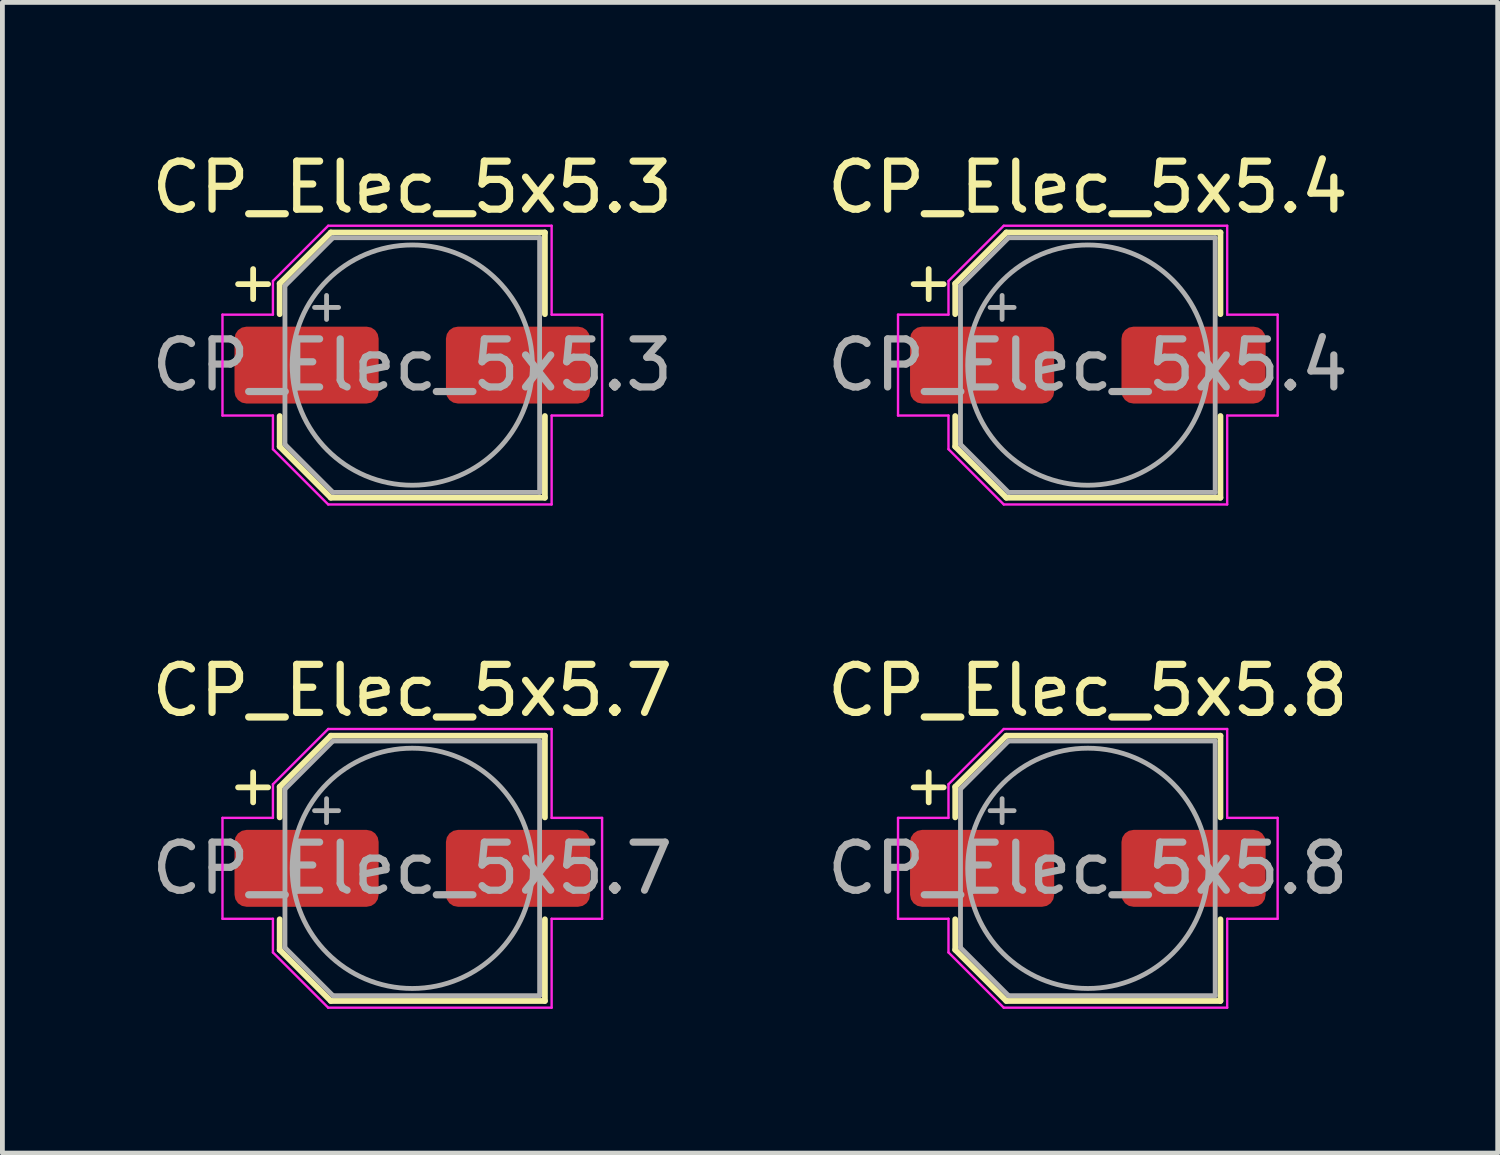
<source format=kicad_pcb>
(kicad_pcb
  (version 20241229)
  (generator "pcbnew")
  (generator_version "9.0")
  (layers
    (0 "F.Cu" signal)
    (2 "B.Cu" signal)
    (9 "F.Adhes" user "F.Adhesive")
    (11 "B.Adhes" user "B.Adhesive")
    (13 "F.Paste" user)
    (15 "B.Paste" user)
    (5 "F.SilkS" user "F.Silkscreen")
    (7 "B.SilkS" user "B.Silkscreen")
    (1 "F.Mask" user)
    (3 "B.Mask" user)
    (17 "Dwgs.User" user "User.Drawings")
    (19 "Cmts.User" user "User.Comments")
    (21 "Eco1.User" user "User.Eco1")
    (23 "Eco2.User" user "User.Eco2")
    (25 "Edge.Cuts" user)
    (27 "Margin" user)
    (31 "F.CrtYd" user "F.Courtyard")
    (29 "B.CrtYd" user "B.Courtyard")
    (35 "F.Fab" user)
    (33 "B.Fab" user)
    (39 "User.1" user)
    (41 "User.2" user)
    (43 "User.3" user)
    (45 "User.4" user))
  (footprint "CP_Elec_5x5.4"
    (layer "F.Cu")
    (at 19.589 4.548)
    (property "Reference" "CP_Elec_5x5.4" (at 0 -3.7 0) (layer "F.SilkS") (effects (font (size 1 1) (thickness 0.15))))
    (attr smd)
    (fp_line (start -3.625 -1.685) (end -3 -1.685) (stroke (width 0.12) (type solid)) (layer "F.SilkS"))
    (fp_line (start -3.312 -1.998) (end -3.312 -1.373) (stroke (width 0.12) (type solid)) (layer "F.SilkS"))
    (fp_line (start -2.76 -1.696) (end -2.76 -1.06) (stroke (width 0.12) (type solid)) (layer "F.SilkS"))
    (fp_line (start -2.76 -1.696) (end -1.696 -2.76) (stroke (width 0.12) (type solid)) (layer "F.SilkS"))
    (fp_line (start -2.76 1.696) (end -2.76 1.06) (stroke (width 0.12) (type solid)) (layer "F.SilkS"))
    (fp_line (start -2.76 1.696) (end -1.696 2.76) (stroke (width 0.12) (type solid)) (layer "F.SilkS"))
    (fp_line (start -1.696 -2.76) (end 2.76 -2.76) (stroke (width 0.12) (type solid)) (layer "F.SilkS"))
    (fp_line (start -1.696 2.76) (end 2.76 2.76) (stroke (width 0.12) (type solid)) (layer "F.SilkS"))
    (fp_line (start 2.76 -2.76) (end 2.76 -1.06) (stroke (width 0.12) (type solid)) (layer "F.SilkS"))
    (fp_line (start 2.76 2.76) (end 2.76 1.06) (stroke (width 0.12) (type solid)) (layer "F.SilkS"))
    (fp_line (start -3.95 -1.05) (end -3.95 1.05) (stroke (width 0.05) (type solid)) (layer "F.CrtYd"))
    (fp_line (start -3.95 1.05) (end -2.9 1.05) (stroke (width 0.05) (type solid)) (layer "F.CrtYd"))
    (fp_line (start -2.9 -1.75) (end -2.9 -1.05) (stroke (width 0.05) (type solid)) (layer "F.CrtYd"))
    (fp_line (start -2.9 -1.75) (end -1.75 -2.9) (stroke (width 0.05) (type solid)) (layer "F.CrtYd"))
    (fp_line (start -2.9 -1.05) (end -3.95 -1.05) (stroke (width 0.05) (type solid)) (layer "F.CrtYd"))
    (fp_line (start -2.9 1.05) (end -2.9 1.75) (stroke (width 0.05) (type solid)) (layer "F.CrtYd"))
    (fp_line (start -2.9 1.75) (end -1.75 2.9) (stroke (width 0.05) (type solid)) (layer "F.CrtYd"))
    (fp_line (start -1.75 -2.9) (end 2.9 -2.9) (stroke (width 0.05) (type solid)) (layer "F.CrtYd"))
    (fp_line (start -1.75 2.9) (end 2.9 2.9) (stroke (width 0.05) (type solid)) (layer "F.CrtYd"))
    (fp_line (start 2.9 -2.9) (end 2.9 -1.05) (stroke (width 0.05) (type solid)) (layer "F.CrtYd"))
    (fp_line (start 2.9 -1.05) (end 3.95 -1.05) (stroke (width 0.05) (type solid)) (layer "F.CrtYd"))
    (fp_line (start 2.9 1.05) (end 2.9 2.9) (stroke (width 0.05) (type solid)) (layer "F.CrtYd"))
    (fp_line (start 3.95 -1.05) (end 3.95 1.05) (stroke (width 0.05) (type solid)) (layer "F.CrtYd"))
    (fp_line (start 3.95 1.05) (end 2.9 1.05) (stroke (width 0.05) (type solid)) (layer "F.CrtYd"))
    (fp_line (start -2.65 -1.65) (end -2.65 1.65) (stroke (width 0.1) (type solid)) (layer "F.Fab"))
    (fp_line (start -2.65 -1.65) (end -1.65 -2.65) (stroke (width 0.1) (type solid)) (layer "F.Fab"))
    (fp_line (start -2.65 1.65) (end -1.65 2.65) (stroke (width 0.1) (type solid)) (layer "F.Fab"))
    (fp_line (start -2.034 -1.2) (end -1.534 -1.2) (stroke (width 0.1) (type solid)) (layer "F.Fab"))
    (fp_line (start -1.784 -1.45) (end -1.784 -0.95) (stroke (width 0.1) (type solid)) (layer "F.Fab"))
    (fp_line (start -1.65 -2.65) (end 2.65 -2.65) (stroke (width 0.1) (type solid)) (layer "F.Fab"))
    (fp_line (start -1.65 2.65) (end 2.65 2.65) (stroke (width 0.1) (type solid)) (layer "F.Fab"))
    (fp_line (start 2.65 -2.65) (end 2.65 2.65) (stroke (width 0.1) (type solid)) (layer "F.Fab"))
    (fp_circle (center 0 0) (end 2.5 0) (stroke (width 0.1) (type solid)) (fill no) (layer "F.Fab"))
    (fp_text user "${REFERENCE}" (at 0 0 0) (layer "F.Fab") (effects (font (size 1 1) (thickness 0.15))))
    (pad "1" smd roundrect (at -2.2 0) (size 3 1.6) (layers "F.Cu" "F.Mask" "F.Paste") (roundrect_rratio 0.156))
    (pad "2" smd roundrect (at 2.2 0) (size 3 1.6) (layers "F.Cu" "F.Mask" "F.Paste") (roundrect_rratio 0.156)))
  (footprint "CP_Elec_5x5.3"
    (layer "F.Cu")
    (at 5.53 4.548)
    (property "Reference" "CP_Elec_5x5.3" (at 0 -3.7 0) (layer "F.SilkS") (effects (font (size 1 1) (thickness 0.15))))
    (attr smd)
    (fp_line (start -3.625 -1.685) (end -3 -1.685) (stroke (width 0.12) (type solid)) (layer "F.SilkS"))
    (fp_line (start -3.312 -1.998) (end -3.312 -1.373) (stroke (width 0.12) (type solid)) (layer "F.SilkS"))
    (fp_line (start -2.76 -1.696) (end -2.76 -1.06) (stroke (width 0.12) (type solid)) (layer "F.SilkS"))
    (fp_line (start -2.76 -1.696) (end -1.696 -2.76) (stroke (width 0.12) (type solid)) (layer "F.SilkS"))
    (fp_line (start -2.76 1.696) (end -2.76 1.06) (stroke (width 0.12) (type solid)) (layer "F.SilkS"))
    (fp_line (start -2.76 1.696) (end -1.696 2.76) (stroke (width 0.12) (type solid)) (layer "F.SilkS"))
    (fp_line (start -1.696 -2.76) (end 2.76 -2.76) (stroke (width 0.12) (type solid)) (layer "F.SilkS"))
    (fp_line (start -1.696 2.76) (end 2.76 2.76) (stroke (width 0.12) (type solid)) (layer "F.SilkS"))
    (fp_line (start 2.76 -2.76) (end 2.76 -1.06) (stroke (width 0.12) (type solid)) (layer "F.SilkS"))
    (fp_line (start 2.76 2.76) (end 2.76 1.06) (stroke (width 0.12) (type solid)) (layer "F.SilkS"))
    (fp_line (start -3.95 -1.05) (end -3.95 1.05) (stroke (width 0.05) (type solid)) (layer "F.CrtYd"))
    (fp_line (start -3.95 1.05) (end -2.9 1.05) (stroke (width 0.05) (type solid)) (layer "F.CrtYd"))
    (fp_line (start -2.9 -1.75) (end -2.9 -1.05) (stroke (width 0.05) (type solid)) (layer "F.CrtYd"))
    (fp_line (start -2.9 -1.75) (end -1.75 -2.9) (stroke (width 0.05) (type solid)) (layer "F.CrtYd"))
    (fp_line (start -2.9 -1.05) (end -3.95 -1.05) (stroke (width 0.05) (type solid)) (layer "F.CrtYd"))
    (fp_line (start -2.9 1.05) (end -2.9 1.75) (stroke (width 0.05) (type solid)) (layer "F.CrtYd"))
    (fp_line (start -2.9 1.75) (end -1.75 2.9) (stroke (width 0.05) (type solid)) (layer "F.CrtYd"))
    (fp_line (start -1.75 -2.9) (end 2.9 -2.9) (stroke (width 0.05) (type solid)) (layer "F.CrtYd"))
    (fp_line (start -1.75 2.9) (end 2.9 2.9) (stroke (width 0.05) (type solid)) (layer "F.CrtYd"))
    (fp_line (start 2.9 -2.9) (end 2.9 -1.05) (stroke (width 0.05) (type solid)) (layer "F.CrtYd"))
    (fp_line (start 2.9 -1.05) (end 3.95 -1.05) (stroke (width 0.05) (type solid)) (layer "F.CrtYd"))
    (fp_line (start 2.9 1.05) (end 2.9 2.9) (stroke (width 0.05) (type solid)) (layer "F.CrtYd"))
    (fp_line (start 3.95 -1.05) (end 3.95 1.05) (stroke (width 0.05) (type solid)) (layer "F.CrtYd"))
    (fp_line (start 3.95 1.05) (end 2.9 1.05) (stroke (width 0.05) (type solid)) (layer "F.CrtYd"))
    (fp_line (start -2.65 -1.65) (end -2.65 1.65) (stroke (width 0.1) (type solid)) (layer "F.Fab"))
    (fp_line (start -2.65 -1.65) (end -1.65 -2.65) (stroke (width 0.1) (type solid)) (layer "F.Fab"))
    (fp_line (start -2.65 1.65) (end -1.65 2.65) (stroke (width 0.1) (type solid)) (layer "F.Fab"))
    (fp_line (start -2.034 -1.2) (end -1.534 -1.2) (stroke (width 0.1) (type solid)) (layer "F.Fab"))
    (fp_line (start -1.784 -1.45) (end -1.784 -0.95) (stroke (width 0.1) (type solid)) (layer "F.Fab"))
    (fp_line (start -1.65 -2.65) (end 2.65 -2.65) (stroke (width 0.1) (type solid)) (layer "F.Fab"))
    (fp_line (start -1.65 2.65) (end 2.65 2.65) (stroke (width 0.1) (type solid)) (layer "F.Fab"))
    (fp_line (start 2.65 -2.65) (end 2.65 2.65) (stroke (width 0.1) (type solid)) (layer "F.Fab"))
    (fp_circle (center 0 0) (end 2.5 0) (stroke (width 0.1) (type solid)) (fill no) (layer "F.Fab"))
    (fp_text user "${REFERENCE}" (at 0 0 0) (layer "F.Fab") (effects (font (size 1 1) (thickness 0.15))))
    (pad "1" smd roundrect (at -2.2 0) (size 3 1.6) (layers "F.Cu" "F.Mask" "F.Paste") (roundrect_rratio 0.156))
    (pad "2" smd roundrect (at 2.2 0) (size 3 1.6) (layers "F.Cu" "F.Mask" "F.Paste") (roundrect_rratio 0.156)))
  (footprint "CP_Elec_5x5.8"
    (layer "F.Cu")
    (at 19.589 15.021)
    (property "Reference" "CP_Elec_5x5.8" (at 0 -3.7 0) (layer "F.SilkS") (effects (font (size 1 1) (thickness 0.15))))
    (attr smd)
    (fp_line (start -3.625 -1.685) (end -3 -1.685) (stroke (width 0.12) (type solid)) (layer "F.SilkS"))
    (fp_line (start -3.312 -1.998) (end -3.312 -1.373) (stroke (width 0.12) (type solid)) (layer "F.SilkS"))
    (fp_line (start -2.76 -1.696) (end -2.76 -1.06) (stroke (width 0.12) (type solid)) (layer "F.SilkS"))
    (fp_line (start -2.76 -1.696) (end -1.696 -2.76) (stroke (width 0.12) (type solid)) (layer "F.SilkS"))
    (fp_line (start -2.76 1.696) (end -2.76 1.06) (stroke (width 0.12) (type solid)) (layer "F.SilkS"))
    (fp_line (start -2.76 1.696) (end -1.696 2.76) (stroke (width 0.12) (type solid)) (layer "F.SilkS"))
    (fp_line (start -1.696 -2.76) (end 2.76 -2.76) (stroke (width 0.12) (type solid)) (layer "F.SilkS"))
    (fp_line (start -1.696 2.76) (end 2.76 2.76) (stroke (width 0.12) (type solid)) (layer "F.SilkS"))
    (fp_line (start 2.76 -2.76) (end 2.76 -1.06) (stroke (width 0.12) (type solid)) (layer "F.SilkS"))
    (fp_line (start 2.76 2.76) (end 2.76 1.06) (stroke (width 0.12) (type solid)) (layer "F.SilkS"))
    (fp_line (start -3.95 -1.05) (end -3.95 1.05) (stroke (width 0.05) (type solid)) (layer "F.CrtYd"))
    (fp_line (start -3.95 1.05) (end -2.9 1.05) (stroke (width 0.05) (type solid)) (layer "F.CrtYd"))
    (fp_line (start -2.9 -1.75) (end -2.9 -1.05) (stroke (width 0.05) (type solid)) (layer "F.CrtYd"))
    (fp_line (start -2.9 -1.75) (end -1.75 -2.9) (stroke (width 0.05) (type solid)) (layer "F.CrtYd"))
    (fp_line (start -2.9 -1.05) (end -3.95 -1.05) (stroke (width 0.05) (type solid)) (layer "F.CrtYd"))
    (fp_line (start -2.9 1.05) (end -2.9 1.75) (stroke (width 0.05) (type solid)) (layer "F.CrtYd"))
    (fp_line (start -2.9 1.75) (end -1.75 2.9) (stroke (width 0.05) (type solid)) (layer "F.CrtYd"))
    (fp_line (start -1.75 -2.9) (end 2.9 -2.9) (stroke (width 0.05) (type solid)) (layer "F.CrtYd"))
    (fp_line (start -1.75 2.9) (end 2.9 2.9) (stroke (width 0.05) (type solid)) (layer "F.CrtYd"))
    (fp_line (start 2.9 -2.9) (end 2.9 -1.05) (stroke (width 0.05) (type solid)) (layer "F.CrtYd"))
    (fp_line (start 2.9 -1.05) (end 3.95 -1.05) (stroke (width 0.05) (type solid)) (layer "F.CrtYd"))
    (fp_line (start 2.9 1.05) (end 2.9 2.9) (stroke (width 0.05) (type solid)) (layer "F.CrtYd"))
    (fp_line (start 3.95 -1.05) (end 3.95 1.05) (stroke (width 0.05) (type solid)) (layer "F.CrtYd"))
    (fp_line (start 3.95 1.05) (end 2.9 1.05) (stroke (width 0.05) (type solid)) (layer "F.CrtYd"))
    (fp_line (start -2.65 -1.65) (end -2.65 1.65) (stroke (width 0.1) (type solid)) (layer "F.Fab"))
    (fp_line (start -2.65 -1.65) (end -1.65 -2.65) (stroke (width 0.1) (type solid)) (layer "F.Fab"))
    (fp_line (start -2.65 1.65) (end -1.65 2.65) (stroke (width 0.1) (type solid)) (layer "F.Fab"))
    (fp_line (start -2.034 -1.2) (end -1.534 -1.2) (stroke (width 0.1) (type solid)) (layer "F.Fab"))
    (fp_line (start -1.784 -1.45) (end -1.784 -0.95) (stroke (width 0.1) (type solid)) (layer "F.Fab"))
    (fp_line (start -1.65 -2.65) (end 2.65 -2.65) (stroke (width 0.1) (type solid)) (layer "F.Fab"))
    (fp_line (start -1.65 2.65) (end 2.65 2.65) (stroke (width 0.1) (type solid)) (layer "F.Fab"))
    (fp_line (start 2.65 -2.65) (end 2.65 2.65) (stroke (width 0.1) (type solid)) (layer "F.Fab"))
    (fp_circle (center 0 0) (end 2.5 0) (stroke (width 0.1) (type solid)) (fill no) (layer "F.Fab"))
    (fp_text user "${REFERENCE}" (at 0 0 0) (layer "F.Fab") (effects (font (size 1 1) (thickness 0.15))))
    (pad "1" smd roundrect (at -2.2 0) (size 3 1.6) (layers "F.Cu" "F.Mask" "F.Paste") (roundrect_rratio 0.156))
    (pad "2" smd roundrect (at 2.2 0) (size 3 1.6) (layers "F.Cu" "F.Mask" "F.Paste") (roundrect_rratio 0.156)))
  (footprint "CP_Elec_5x5.7"
    (layer "F.Cu")
    (at 5.53 15.021)
    (property "Reference" "CP_Elec_5x5.7" (at 0 -3.7 0) (layer "F.SilkS") (effects (font (size 1 1) (thickness 0.15))))
    (attr smd)
    (fp_line (start -3.625 -1.685) (end -3 -1.685) (stroke (width 0.12) (type solid)) (layer "F.SilkS"))
    (fp_line (start -3.312 -1.998) (end -3.312 -1.373) (stroke (width 0.12) (type solid)) (layer "F.SilkS"))
    (fp_line (start -2.76 -1.696) (end -2.76 -1.06) (stroke (width 0.12) (type solid)) (layer "F.SilkS"))
    (fp_line (start -2.76 -1.696) (end -1.696 -2.76) (stroke (width 0.12) (type solid)) (layer "F.SilkS"))
    (fp_line (start -2.76 1.696) (end -2.76 1.06) (stroke (width 0.12) (type solid)) (layer "F.SilkS"))
    (fp_line (start -2.76 1.696) (end -1.696 2.76) (stroke (width 0.12) (type solid)) (layer "F.SilkS"))
    (fp_line (start -1.696 -2.76) (end 2.76 -2.76) (stroke (width 0.12) (type solid)) (layer "F.SilkS"))
    (fp_line (start -1.696 2.76) (end 2.76 2.76) (stroke (width 0.12) (type solid)) (layer "F.SilkS"))
    (fp_line (start 2.76 -2.76) (end 2.76 -1.06) (stroke (width 0.12) (type solid)) (layer "F.SilkS"))
    (fp_line (start 2.76 2.76) (end 2.76 1.06) (stroke (width 0.12) (type solid)) (layer "F.SilkS"))
    (fp_line (start -3.95 -1.05) (end -3.95 1.05) (stroke (width 0.05) (type solid)) (layer "F.CrtYd"))
    (fp_line (start -3.95 1.05) (end -2.9 1.05) (stroke (width 0.05) (type solid)) (layer "F.CrtYd"))
    (fp_line (start -2.9 -1.75) (end -2.9 -1.05) (stroke (width 0.05) (type solid)) (layer "F.CrtYd"))
    (fp_line (start -2.9 -1.75) (end -1.75 -2.9) (stroke (width 0.05) (type solid)) (layer "F.CrtYd"))
    (fp_line (start -2.9 -1.05) (end -3.95 -1.05) (stroke (width 0.05) (type solid)) (layer "F.CrtYd"))
    (fp_line (start -2.9 1.05) (end -2.9 1.75) (stroke (width 0.05) (type solid)) (layer "F.CrtYd"))
    (fp_line (start -2.9 1.75) (end -1.75 2.9) (stroke (width 0.05) (type solid)) (layer "F.CrtYd"))
    (fp_line (start -1.75 -2.9) (end 2.9 -2.9) (stroke (width 0.05) (type solid)) (layer "F.CrtYd"))
    (fp_line (start -1.75 2.9) (end 2.9 2.9) (stroke (width 0.05) (type solid)) (layer "F.CrtYd"))
    (fp_line (start 2.9 -2.9) (end 2.9 -1.05) (stroke (width 0.05) (type solid)) (layer "F.CrtYd"))
    (fp_line (start 2.9 -1.05) (end 3.95 -1.05) (stroke (width 0.05) (type solid)) (layer "F.CrtYd"))
    (fp_line (start 2.9 1.05) (end 2.9 2.9) (stroke (width 0.05) (type solid)) (layer "F.CrtYd"))
    (fp_line (start 3.95 -1.05) (end 3.95 1.05) (stroke (width 0.05) (type solid)) (layer "F.CrtYd"))
    (fp_line (start 3.95 1.05) (end 2.9 1.05) (stroke (width 0.05) (type solid)) (layer "F.CrtYd"))
    (fp_line (start -2.65 -1.65) (end -2.65 1.65) (stroke (width 0.1) (type solid)) (layer "F.Fab"))
    (fp_line (start -2.65 -1.65) (end -1.65 -2.65) (stroke (width 0.1) (type solid)) (layer "F.Fab"))
    (fp_line (start -2.65 1.65) (end -1.65 2.65) (stroke (width 0.1) (type solid)) (layer "F.Fab"))
    (fp_line (start -2.034 -1.2) (end -1.534 -1.2) (stroke (width 0.1) (type solid)) (layer "F.Fab"))
    (fp_line (start -1.784 -1.45) (end -1.784 -0.95) (stroke (width 0.1) (type solid)) (layer "F.Fab"))
    (fp_line (start -1.65 -2.65) (end 2.65 -2.65) (stroke (width 0.1) (type solid)) (layer "F.Fab"))
    (fp_line (start -1.65 2.65) (end 2.65 2.65) (stroke (width 0.1) (type solid)) (layer "F.Fab"))
    (fp_line (start 2.65 -2.65) (end 2.65 2.65) (stroke (width 0.1) (type solid)) (layer "F.Fab"))
    (fp_circle (center 0 0) (end 2.5 0) (stroke (width 0.1) (type solid)) (fill no) (layer "F.Fab"))
    (fp_text user "${REFERENCE}" (at 0 0 0) (layer "F.Fab") (effects (font (size 1 1) (thickness 0.15))))
    (pad "1" smd roundrect (at -2.2 0) (size 3 1.6) (layers "F.Cu" "F.Mask" "F.Paste") (roundrect_rratio 0.156))
    (pad "2" smd roundrect (at 2.2 0) (size 3 1.6) (layers "F.Cu" "F.Mask" "F.Paste") (roundrect_rratio 0.156)))
  (gr_rect
    (start -3 -3)
    (end 28.119 20.947)
    (stroke (width 0.1) (type default))
    (fill no)
    (layer "Edge.Cuts")))
</source>
